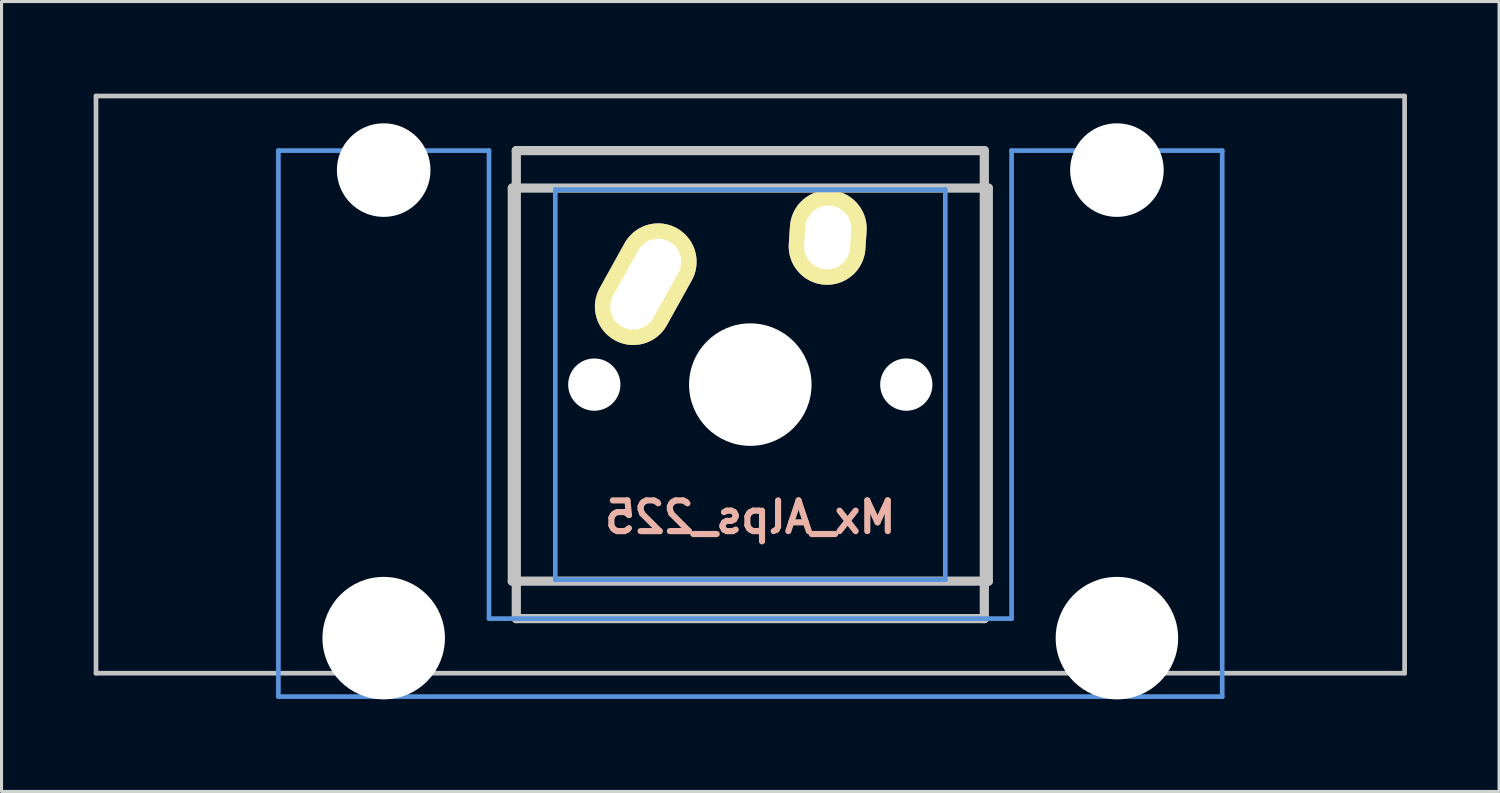
<source format=kicad_pcb>
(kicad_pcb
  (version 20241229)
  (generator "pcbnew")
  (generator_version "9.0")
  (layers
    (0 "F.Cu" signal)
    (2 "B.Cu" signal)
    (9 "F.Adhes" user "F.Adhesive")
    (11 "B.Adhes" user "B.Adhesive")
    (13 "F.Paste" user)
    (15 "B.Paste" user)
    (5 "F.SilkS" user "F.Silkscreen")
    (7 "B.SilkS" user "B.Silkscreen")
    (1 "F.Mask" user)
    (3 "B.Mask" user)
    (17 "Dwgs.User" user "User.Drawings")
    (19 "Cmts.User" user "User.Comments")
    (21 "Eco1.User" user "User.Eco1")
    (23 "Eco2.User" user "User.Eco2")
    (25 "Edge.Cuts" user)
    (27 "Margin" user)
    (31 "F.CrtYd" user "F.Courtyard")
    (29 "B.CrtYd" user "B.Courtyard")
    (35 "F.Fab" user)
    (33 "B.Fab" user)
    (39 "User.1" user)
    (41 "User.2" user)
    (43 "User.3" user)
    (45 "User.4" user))
  (footprint "Mx_Alps_225"
    (layer "F.Cu")
    (at 21.382 9.474)
    (property "Reference" "Mx_Alps_225" (at 0 4.318 0) (layer "B.SilkS") (effects (font (size 1 1) (thickness 0.2)) (justify mirror)))
    (attr through_hole)
    (fp_line (start -21.306 -9.398) (end 21.306 -9.398) (stroke (width 0.152) (type solid)) (layer "Dwgs.User"))
    (fp_line (start -21.306 9.398) (end -21.306 -9.398) (stroke (width 0.152) (type solid)) (layer "Dwgs.User"))
    (fp_line (start -7.75 6.4) (end -7.75 -6.4) (stroke (width 0.3) (type solid)) (layer "Dwgs.User"))
    (fp_line (start -7.75 6.4) (end 7.75 6.4) (stroke (width 0.3) (type solid)) (layer "Dwgs.User"))
    (fp_line (start -7.62 -7.62) (end 7.62 -7.62) (stroke (width 0.3) (type solid)) (layer "Dwgs.User"))
    (fp_line (start -7.62 7.62) (end -7.62 -7.62) (stroke (width 0.3) (type solid)) (layer "Dwgs.User"))
    (fp_line (start 7.62 -7.62) (end 7.62 7.62) (stroke (width 0.3) (type solid)) (layer "Dwgs.User"))
    (fp_line (start 7.62 7.62) (end -7.62 7.62) (stroke (width 0.3) (type solid)) (layer "Dwgs.User"))
    (fp_line (start 7.75 -6.4) (end -7.75 -6.4) (stroke (width 0.3) (type solid)) (layer "Dwgs.User"))
    (fp_line (start 7.75 6.4) (end 7.75 -6.4) (stroke (width 0.3) (type solid)) (layer "Dwgs.User"))
    (fp_line (start 21.306 -9.398) (end 21.306 9.398) (stroke (width 0.152) (type solid)) (layer "Dwgs.User"))
    (fp_line (start 21.306 9.398) (end -21.306 9.398) (stroke (width 0.152) (type solid)) (layer "Dwgs.User"))
    (fp_line (start -15.367 -7.62) (end -15.367 10.16) (stroke (width 0.152) (type solid)) (layer "Cmts.User"))
    (fp_line (start -15.367 10.16) (end 15.367 10.16) (stroke (width 0.152) (type solid)) (layer "Cmts.User"))
    (fp_line (start -8.509 -7.62) (end -15.367 -7.62) (stroke (width 0.152) (type solid)) (layer "Cmts.User"))
    (fp_line (start -8.509 7.62) (end -8.509 -7.62) (stroke (width 0.152) (type solid)) (layer "Cmts.User"))
    (fp_line (start -6.35 -6.35) (end 6.35 -6.35) (stroke (width 0.152) (type solid)) (layer "Cmts.User"))
    (fp_line (start -6.35 6.35) (end -6.35 -6.35) (stroke (width 0.152) (type solid)) (layer "Cmts.User"))
    (fp_line (start 6.35 -6.35) (end 6.35 6.35) (stroke (width 0.152) (type solid)) (layer "Cmts.User"))
    (fp_line (start 6.35 6.35) (end -6.35 6.35) (stroke (width 0.152) (type solid)) (layer "Cmts.User"))
    (fp_line (start 8.509 -7.62) (end 8.509 7.62) (stroke (width 0.152) (type solid)) (layer "Cmts.User"))
    (fp_line (start 8.509 7.62) (end -8.509 7.62) (stroke (width 0.152) (type solid)) (layer "Cmts.User"))
    (fp_line (start 15.367 -7.62) (end 8.509 -7.62) (stroke (width 0.152) (type solid)) (layer "Cmts.User"))
    (fp_line (start 15.367 10.16) (end 15.367 -7.62) (stroke (width 0.152) (type solid)) (layer "Cmts.User"))
    (fp_line (start -16.129 -2.286) (end -15.265 -2.286) (stroke (width 0.152) (type solid)) (layer "Eco2.User"))
    (fp_line (start -16.129 0.508) (end -16.129 -2.286) (stroke (width 0.152) (type solid)) (layer "Eco2.User"))
    (fp_line (start -15.265 -5.69) (end -8.611 -5.69) (stroke (width 0.152) (type solid)) (layer "Eco2.User"))
    (fp_line (start -15.265 -2.286) (end -15.265 -5.69) (stroke (width 0.152) (type solid)) (layer "Eco2.User"))
    (fp_line (start -15.265 0.508) (end -16.129 0.508) (stroke (width 0.152) (type solid)) (layer "Eco2.User"))
    (fp_line (start -15.265 6.604) (end -15.265 0.508) (stroke (width 0.152) (type solid)) (layer "Eco2.User"))
    (fp_line (start -14.224 6.604) (end -15.265 6.604) (stroke (width 0.152) (type solid)) (layer "Eco2.User"))
    (fp_line (start -14.224 7.772) (end -14.224 6.604) (stroke (width 0.152) (type solid)) (layer "Eco2.User"))
    (fp_line (start -9.652 6.604) (end -9.652 7.772) (stroke (width 0.152) (type solid)) (layer "Eco2.User"))
    (fp_line (start -9.652 7.772) (end -14.224 7.772) (stroke (width 0.152) (type solid)) (layer "Eco2.User"))
    (fp_line (start -8.611 -5.69) (end -8.611 -4.877) (stroke (width 0.152) (type solid)) (layer "Eco2.User"))
    (fp_line (start -8.611 -4.877) (end -6.985 -4.877) (stroke (width 0.152) (type solid)) (layer "Eco2.User"))
    (fp_line (start -8.611 5.817) (end -8.611 6.604) (stroke (width 0.152) (type solid)) (layer "Eco2.User"))
    (fp_line (start -8.611 6.604) (end -9.652 6.604) (stroke (width 0.152) (type solid)) (layer "Eco2.User"))
    (fp_line (start -6.985 -6.985) (end 6.985 -6.985) (stroke (width 0.152) (type solid)) (layer "Eco2.User"))
    (fp_line (start -6.985 -4.877) (end -6.985 -6.985) (stroke (width 0.152) (type solid)) (layer "Eco2.User"))
    (fp_line (start -6.985 5.817) (end -8.611 5.817) (stroke (width 0.152) (type solid)) (layer "Eco2.User"))
    (fp_line (start -6.985 6.985) (end -6.985 5.817) (stroke (width 0.152) (type solid)) (layer "Eco2.User"))
    (fp_line (start 6.985 -6.985) (end 6.985 -4.877) (stroke (width 0.152) (type solid)) (layer "Eco2.User"))
    (fp_line (start 6.985 -4.877) (end 8.611 -4.877) (stroke (width 0.152) (type solid)) (layer "Eco2.User"))
    (fp_line (start 6.985 5.817) (end 6.985 6.985) (stroke (width 0.152) (type solid)) (layer "Eco2.User"))
    (fp_line (start 6.985 6.985) (end -6.985 6.985) (stroke (width 0.152) (type solid)) (layer "Eco2.User"))
    (fp_line (start 8.611 -5.69) (end 15.265 -5.69) (stroke (width 0.152) (type solid)) (layer "Eco2.User"))
    (fp_line (start 8.611 -4.877) (end 8.611 -5.69) (stroke (width 0.152) (type solid)) (layer "Eco2.User"))
    (fp_line (start 8.611 5.817) (end 6.985 5.817) (stroke (width 0.152) (type solid)) (layer "Eco2.User"))
    (fp_line (start 8.611 6.604) (end 8.611 5.817) (stroke (width 0.152) (type solid)) (layer "Eco2.User"))
    (fp_line (start 9.652 6.604) (end 8.611 6.604) (stroke (width 0.152) (type solid)) (layer "Eco2.User"))
    (fp_line (start 9.652 7.772) (end 9.652 6.604) (stroke (width 0.152) (type solid)) (layer "Eco2.User"))
    (fp_line (start 14.224 6.604) (end 14.224 7.772) (stroke (width 0.152) (type solid)) (layer "Eco2.User"))
    (fp_line (start 14.224 7.772) (end 9.652 7.772) (stroke (width 0.152) (type solid)) (layer "Eco2.User"))
    (fp_line (start 15.265 -5.69) (end 15.265 -2.286) (stroke (width 0.152) (type solid)) (layer "Eco2.User"))
    (fp_line (start 15.265 -2.286) (end 16.129 -2.286) (stroke (width 0.152) (type solid)) (layer "Eco2.User"))
    (fp_line (start 15.265 0.508) (end 15.265 6.604) (stroke (width 0.152) (type solid)) (layer "Eco2.User"))
    (fp_line (start 15.265 6.604) (end 14.224 6.604) (stroke (width 0.152) (type solid)) (layer "Eco2.User"))
    (fp_line (start 16.129 -2.286) (end 16.129 0.508) (stroke (width 0.152) (type solid)) (layer "Eco2.User"))
    (fp_line (start 16.129 0.508) (end 15.265 0.508) (stroke (width 0.152) (type solid)) (layer "Eco2.User"))
    (pad "" np_thru_hole circle (at -11.938 -6.985) (size 3.048 3.048) (drill 3.048) (layers "*.Cu"))
    (pad "" np_thru_hole circle (at -11.938 8.255) (size 3.988 3.988) (drill 3.988) (layers "*.Cu"))
    (pad "" np_thru_hole circle (at -5.08 0) (size 1.702 1.702) (drill 1.702) (layers "*.Cu"))
    (pad "" np_thru_hole circle (at 0 0) (size 3.988 3.988) (drill 3.988) (layers "*.Cu"))
    (pad "" np_thru_hole circle (at 5.08 0) (size 1.702 1.702) (drill 1.702) (layers "*.Cu"))
    (pad "" np_thru_hole circle (at 11.938 -6.985) (size 3.048 3.048) (drill 3.048) (layers "*.Cu"))
    (pad "" np_thru_hole circle (at 11.938 8.255) (size 3.988 3.988) (drill 3.988) (layers "*.Cu"))
    (pad "1" thru_hole oval (at -3.405 -3.27 330.95) (size 2.5 4.17) (drill oval 1.5 3.17) (layers "*.Cu" "*.Mask" "F.SilkS"))
    (pad "2" thru_hole oval (at 2.52 -4.79 356.1) (size 2.5 3.08) (drill oval 1.5 2.08) (layers "*.Cu" "*.Mask" "F.SilkS")))
  (gr_rect
    (start -3 -3)
    (end 45.763 22.723)
    (stroke (width 0.1) (type default))
    (fill no)
    (layer "Edge.Cuts")))
</source>
